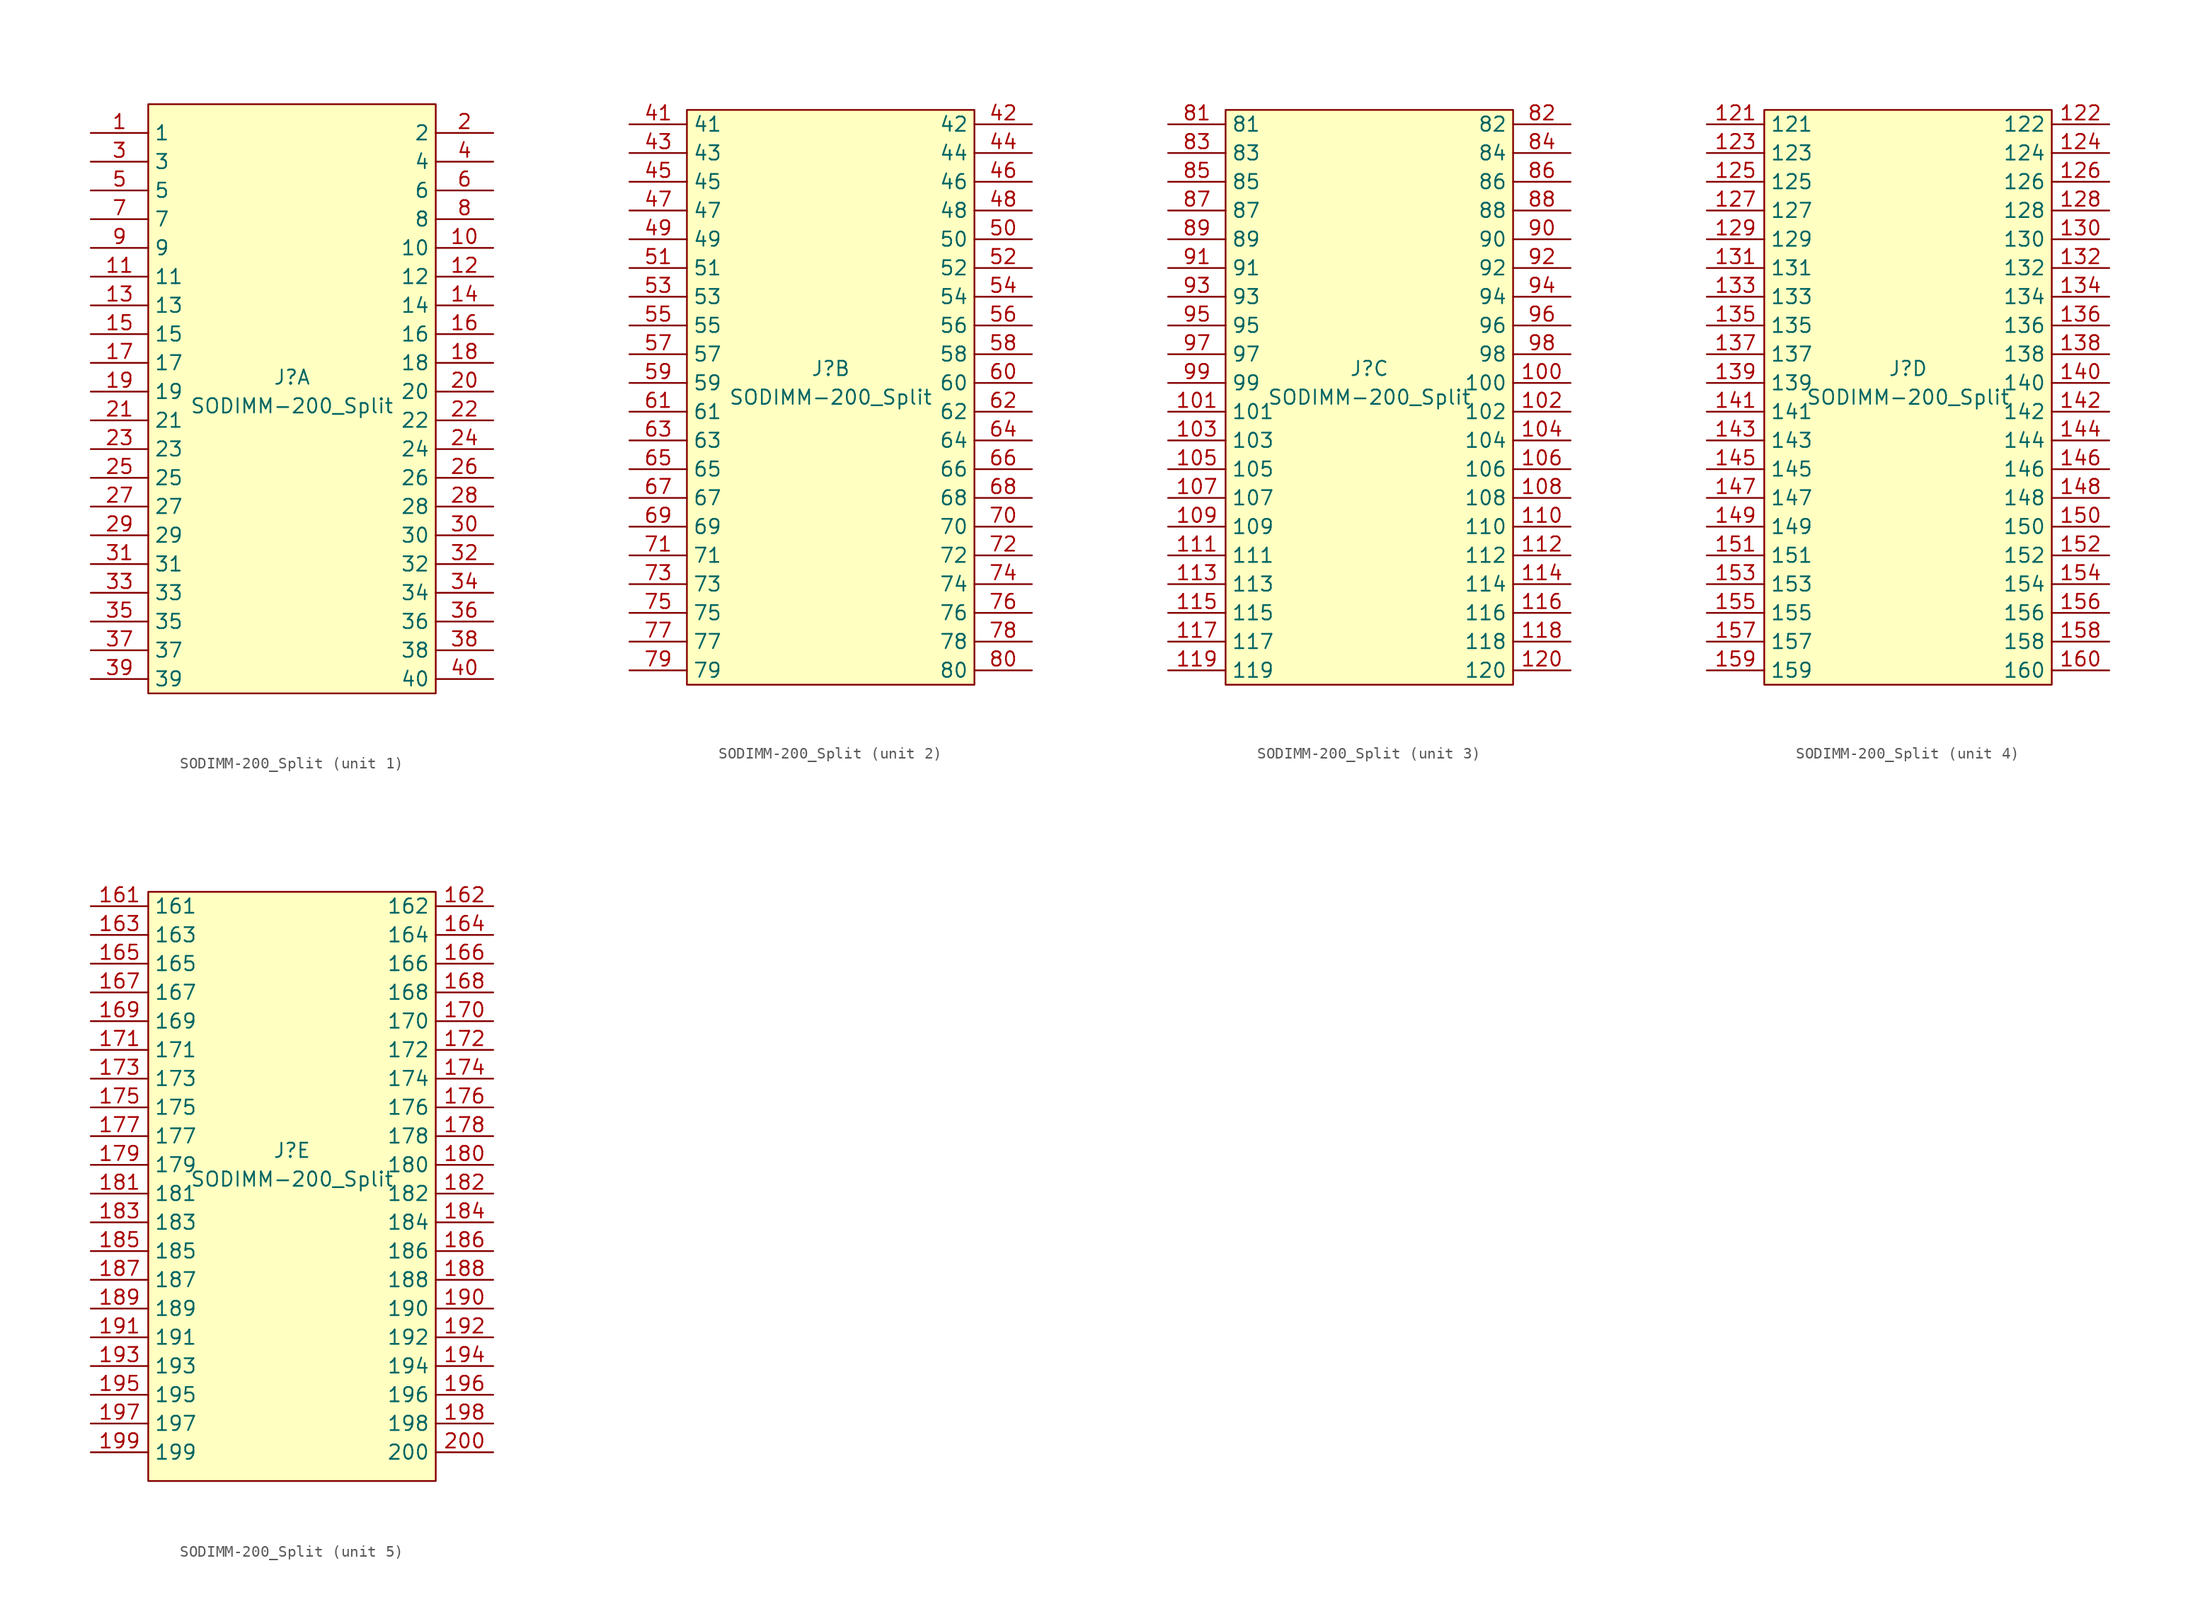
<source format=kicad_sym>
(kicad_symbol_lib
  (version 20220914)
  (generator kicad_symbol_editor)
  (symbol "SODIMM-200_Split"
    (property "Reference" "J"
      (at 0 1.27 0)
      (effects (font (size 1.27 1.27))))
    (property "Value" "SODIMM-200_Split"
      (at 0 -1.27 0)
      (effects (font (size 1.27 1.27))))
    (property "ki_locked" ""
      (at 0 0 0)
      (effects (font (size 1.27 1.27))))
    (symbol "SODIMM-200_Split_1_1"
      (rectangle (start -12.7 25.4) (end 12.7 -26.67) (stroke (width 0) (type default)) (fill (type background)))
      (pin passive line (at -17.78 22.86 0) (length 5.08) (name "1" (effects (font (size 1.27 1.27)))) (number "1" (effects (font (size 1.27 1.27)))))
      (pin passive line (at 17.78 12.7 180) (length 5.08) (name "10" (effects (font (size 1.27 1.27)))) (number "10" (effects (font (size 1.27 1.27)))))
      (pin passive line (at -17.78 10.16 0) (length 5.08) (name "11" (effects (font (size 1.27 1.27)))) (number "11" (effects (font (size 1.27 1.27)))))
      (pin passive line (at 17.78 10.16 180) (length 5.08) (name "12" (effects (font (size 1.27 1.27)))) (number "12" (effects (font (size 1.27 1.27)))))
      (pin passive line (at -17.78 7.62 0) (length 5.08) (name "13" (effects (font (size 1.27 1.27)))) (number "13" (effects (font (size 1.27 1.27)))))
      (pin passive line (at 17.78 7.62 180) (length 5.08) (name "14" (effects (font (size 1.27 1.27)))) (number "14" (effects (font (size 1.27 1.27)))))
      (pin passive line (at -17.78 5.08 0) (length 5.08) (name "15" (effects (font (size 1.27 1.27)))) (number "15" (effects (font (size 1.27 1.27)))))
      (pin passive line (at 17.78 5.08 180) (length 5.08) (name "16" (effects (font (size 1.27 1.27)))) (number "16" (effects (font (size 1.27 1.27)))))
      (pin passive line (at -17.78 2.54 0) (length 5.08) (name "17" (effects (font (size 1.27 1.27)))) (number "17" (effects (font (size 1.27 1.27)))))
      (pin passive line (at 17.78 2.54 180) (length 5.08) (name "18" (effects (font (size 1.27 1.27)))) (number "18" (effects (font (size 1.27 1.27)))))
      (pin passive line (at -17.78 0 0) (length 5.08) (name "19" (effects (font (size 1.27 1.27)))) (number "19" (effects (font (size 1.27 1.27)))))
      (pin passive line (at 17.78 22.86 180) (length 5.08) (name "2" (effects (font (size 1.27 1.27)))) (number "2" (effects (font (size 1.27 1.27)))))
      (pin passive line (at 17.78 0 180) (length 5.08) (name "20" (effects (font (size 1.27 1.27)))) (number "20" (effects (font (size 1.27 1.27)))))
      (pin passive line (at -17.78 -2.54 0) (length 5.08) (name "21" (effects (font (size 1.27 1.27)))) (number "21" (effects (font (size 1.27 1.27)))))
      (pin passive line (at 17.78 -2.54 180) (length 5.08) (name "22" (effects (font (size 1.27 1.27)))) (number "22" (effects (font (size 1.27 1.27)))))
      (pin passive line (at -17.78 -5.08 0) (length 5.08) (name "23" (effects (font (size 1.27 1.27)))) (number "23" (effects (font (size 1.27 1.27)))))
      (pin passive line (at 17.78 -5.08 180) (length 5.08) (name "24" (effects (font (size 1.27 1.27)))) (number "24" (effects (font (size 1.27 1.27)))))
      (pin passive line (at -17.78 -7.62 0) (length 5.08) (name "25" (effects (font (size 1.27 1.27)))) (number "25" (effects (font (size 1.27 1.27)))))
      (pin passive line (at 17.78 -7.62 180) (length 5.08) (name "26" (effects (font (size 1.27 1.27)))) (number "26" (effects (font (size 1.27 1.27)))))
      (pin passive line (at -17.78 -10.16 0) (length 5.08) (name "27" (effects (font (size 1.27 1.27)))) (number "27" (effects (font (size 1.27 1.27)))))
      (pin passive line (at 17.78 -10.16 180) (length 5.08) (name "28" (effects (font (size 1.27 1.27)))) (number "28" (effects (font (size 1.27 1.27)))))
      (pin passive line (at -17.78 -12.7 0) (length 5.08) (name "29" (effects (font (size 1.27 1.27)))) (number "29" (effects (font (size 1.27 1.27)))))
      (pin passive line (at -17.78 20.32 0) (length 5.08) (name "3" (effects (font (size 1.27 1.27)))) (number "3" (effects (font (size 1.27 1.27)))))
      (pin passive line (at 17.78 -12.7 180) (length 5.08) (name "30" (effects (font (size 1.27 1.27)))) (number "30" (effects (font (size 1.27 1.27)))))
      (pin passive line (at -17.78 -15.24 0) (length 5.08) (name "31" (effects (font (size 1.27 1.27)))) (number "31" (effects (font (size 1.27 1.27)))))
      (pin passive line (at 17.78 -15.24 180) (length 5.08) (name "32" (effects (font (size 1.27 1.27)))) (number "32" (effects (font (size 1.27 1.27)))))
      (pin passive line (at -17.78 -17.78 0) (length 5.08) (name "33" (effects (font (size 1.27 1.27)))) (number "33" (effects (font (size 1.27 1.27)))))
      (pin passive line (at 17.78 -17.78 180) (length 5.08) (name "34" (effects (font (size 1.27 1.27)))) (number "34" (effects (font (size 1.27 1.27)))))
      (pin passive line (at -17.78 -20.32 0) (length 5.08) (name "35" (effects (font (size 1.27 1.27)))) (number "35" (effects (font (size 1.27 1.27)))))
      (pin passive line (at 17.78 -20.32 180) (length 5.08) (name "36" (effects (font (size 1.27 1.27)))) (number "36" (effects (font (size 1.27 1.27)))))
      (pin passive line (at -17.78 -22.86 0) (length 5.08) (name "37" (effects (font (size 1.27 1.27)))) (number "37" (effects (font (size 1.27 1.27)))))
      (pin passive line (at 17.78 -22.86 180) (length 5.08) (name "38" (effects (font (size 1.27 1.27)))) (number "38" (effects (font (size 1.27 1.27)))))
      (pin passive line (at -17.78 -25.4 0) (length 5.08) (name "39" (effects (font (size 1.27 1.27)))) (number "39" (effects (font (size 1.27 1.27)))))
      (pin passive line (at 17.78 20.32 180) (length 5.08) (name "4" (effects (font (size 1.27 1.27)))) (number "4" (effects (font (size 1.27 1.27)))))
      (pin passive line (at 17.78 -25.4 180) (length 5.08) (name "40" (effects (font (size 1.27 1.27)))) (number "40" (effects (font (size 1.27 1.27)))))
      (pin passive line (at -17.78 17.78 0) (length 5.08) (name "5" (effects (font (size 1.27 1.27)))) (number "5" (effects (font (size 1.27 1.27)))))
      (pin passive line (at 17.78 17.78 180) (length 5.08) (name "6" (effects (font (size 1.27 1.27)))) (number "6" (effects (font (size 1.27 1.27)))))
      (pin passive line (at -17.78 15.24 0) (length 5.08) (name "7" (effects (font (size 1.27 1.27)))) (number "7" (effects (font (size 1.27 1.27)))))
      (pin passive line (at 17.78 15.24 180) (length 5.08) (name "8" (effects (font (size 1.27 1.27)))) (number "8" (effects (font (size 1.27 1.27)))))
      (pin passive line (at -17.78 12.7 0) (length 5.08) (name "9" (effects (font (size 1.27 1.27)))) (number "9" (effects (font (size 1.27 1.27))))))
    (symbol "SODIMM-200_Split_2_1"
      (rectangle (start -12.7 -26.67) (end 12.7 24.13) (stroke (width 0) (type default)) (fill (type background)))
      (pin passive line (at -17.78 22.86 0) (length 5.08) (name "41" (effects (font (size 1.27 1.27)))) (number "41" (effects (font (size 1.27 1.27)))))
      (pin passive line (at 17.78 22.86 180) (length 5.08) (name "42" (effects (font (size 1.27 1.27)))) (number "42" (effects (font (size 1.27 1.27)))))
      (pin passive line (at -17.78 20.32 0) (length 5.08) (name "43" (effects (font (size 1.27 1.27)))) (number "43" (effects (font (size 1.27 1.27)))))
      (pin passive line (at 17.78 20.32 180) (length 5.08) (name "44" (effects (font (size 1.27 1.27)))) (number "44" (effects (font (size 1.27 1.27)))))
      (pin passive line (at -17.78 17.78 0) (length 5.08) (name "45" (effects (font (size 1.27 1.27)))) (number "45" (effects (font (size 1.27 1.27)))))
      (pin passive line (at 17.78 17.78 180) (length 5.08) (name "46" (effects (font (size 1.27 1.27)))) (number "46" (effects (font (size 1.27 1.27)))))
      (pin passive line (at -17.78 15.24 0) (length 5.08) (name "47" (effects (font (size 1.27 1.27)))) (number "47" (effects (font (size 1.27 1.27)))))
      (pin passive line (at 17.78 15.24 180) (length 5.08) (name "48" (effects (font (size 1.27 1.27)))) (number "48" (effects (font (size 1.27 1.27)))))
      (pin passive line (at -17.78 12.7 0) (length 5.08) (name "49" (effects (font (size 1.27 1.27)))) (number "49" (effects (font (size 1.27 1.27)))))
      (pin passive line (at 17.78 12.7 180) (length 5.08) (name "50" (effects (font (size 1.27 1.27)))) (number "50" (effects (font (size 1.27 1.27)))))
      (pin passive line (at -17.78 10.16 0) (length 5.08) (name "51" (effects (font (size 1.27 1.27)))) (number "51" (effects (font (size 1.27 1.27)))))
      (pin passive line (at 17.78 10.16 180) (length 5.08) (name "52" (effects (font (size 1.27 1.27)))) (number "52" (effects (font (size 1.27 1.27)))))
      (pin passive line (at -17.78 7.62 0) (length 5.08) (name "53" (effects (font (size 1.27 1.27)))) (number "53" (effects (font (size 1.27 1.27)))))
      (pin passive line (at 17.78 7.62 180) (length 5.08) (name "54" (effects (font (size 1.27 1.27)))) (number "54" (effects (font (size 1.27 1.27)))))
      (pin passive line (at -17.78 5.08 0) (length 5.08) (name "55" (effects (font (size 1.27 1.27)))) (number "55" (effects (font (size 1.27 1.27)))))
      (pin passive line (at 17.78 5.08 180) (length 5.08) (name "56" (effects (font (size 1.27 1.27)))) (number "56" (effects (font (size 1.27 1.27)))))
      (pin passive line (at -17.78 2.54 0) (length 5.08) (name "57" (effects (font (size 1.27 1.27)))) (number "57" (effects (font (size 1.27 1.27)))))
      (pin passive line (at 17.78 2.54 180) (length 5.08) (name "58" (effects (font (size 1.27 1.27)))) (number "58" (effects (font (size 1.27 1.27)))))
      (pin passive line (at -17.78 0 0) (length 5.08) (name "59" (effects (font (size 1.27 1.27)))) (number "59" (effects (font (size 1.27 1.27)))))
      (pin passive line (at 17.78 0 180) (length 5.08) (name "60" (effects (font (size 1.27 1.27)))) (number "60" (effects (font (size 1.27 1.27)))))
      (pin passive line (at -17.78 -2.54 0) (length 5.08) (name "61" (effects (font (size 1.27 1.27)))) (number "61" (effects (font (size 1.27 1.27)))))
      (pin passive line (at 17.78 -2.54 180) (length 5.08) (name "62" (effects (font (size 1.27 1.27)))) (number "62" (effects (font (size 1.27 1.27)))))
      (pin passive line (at -17.78 -5.08 0) (length 5.08) (name "63" (effects (font (size 1.27 1.27)))) (number "63" (effects (font (size 1.27 1.27)))))
      (pin passive line (at 17.78 -5.08 180) (length 5.08) (name "64" (effects (font (size 1.27 1.27)))) (number "64" (effects (font (size 1.27 1.27)))))
      (pin passive line (at -17.78 -7.62 0) (length 5.08) (name "65" (effects (font (size 1.27 1.27)))) (number "65" (effects (font (size 1.27 1.27)))))
      (pin passive line (at 17.78 -7.62 180) (length 5.08) (name "66" (effects (font (size 1.27 1.27)))) (number "66" (effects (font (size 1.27 1.27)))))
      (pin passive line (at -17.78 -10.16 0) (length 5.08) (name "67" (effects (font (size 1.27 1.27)))) (number "67" (effects (font (size 1.27 1.27)))))
      (pin passive line (at 17.78 -10.16 180) (length 5.08) (name "68" (effects (font (size 1.27 1.27)))) (number "68" (effects (font (size 1.27 1.27)))))
      (pin passive line (at -17.78 -12.7 0) (length 5.08) (name "69" (effects (font (size 1.27 1.27)))) (number "69" (effects (font (size 1.27 1.27)))))
      (pin passive line (at 17.78 -12.7 180) (length 5.08) (name "70" (effects (font (size 1.27 1.27)))) (number "70" (effects (font (size 1.27 1.27)))))
      (pin passive line (at -17.78 -15.24 0) (length 5.08) (name "71" (effects (font (size 1.27 1.27)))) (number "71" (effects (font (size 1.27 1.27)))))
      (pin passive line (at 17.78 -15.24 180) (length 5.08) (name "72" (effects (font (size 1.27 1.27)))) (number "72" (effects (font (size 1.27 1.27)))))
      (pin passive line (at -17.78 -17.78 0) (length 5.08) (name "73" (effects (font (size 1.27 1.27)))) (number "73" (effects (font (size 1.27 1.27)))))
      (pin passive line (at 17.78 -17.78 180) (length 5.08) (name "74" (effects (font (size 1.27 1.27)))) (number "74" (effects (font (size 1.27 1.27)))))
      (pin passive line (at -17.78 -20.32 0) (length 5.08) (name "75" (effects (font (size 1.27 1.27)))) (number "75" (effects (font (size 1.27 1.27)))))
      (pin passive line (at 17.78 -20.32 180) (length 5.08) (name "76" (effects (font (size 1.27 1.27)))) (number "76" (effects (font (size 1.27 1.27)))))
      (pin passive line (at -17.78 -22.86 0) (length 5.08) (name "77" (effects (font (size 1.27 1.27)))) (number "77" (effects (font (size 1.27 1.27)))))
      (pin passive line (at 17.78 -22.86 180) (length 5.08) (name "78" (effects (font (size 1.27 1.27)))) (number "78" (effects (font (size 1.27 1.27)))))
      (pin passive line (at -17.78 -25.4 0) (length 5.08) (name "79" (effects (font (size 1.27 1.27)))) (number "79" (effects (font (size 1.27 1.27)))))
      (pin passive line (at 17.78 -25.4 180) (length 5.08) (name "80" (effects (font (size 1.27 1.27)))) (number "80" (effects (font (size 1.27 1.27))))))
    (symbol "SODIMM-200_Split_3_1"
      (rectangle (start -12.7 24.13) (end 12.7 -26.67) (stroke (width 0) (type default)) (fill (type background)))
      (pin passive line (at 17.78 0 180) (length 5.08) (name "100" (effects (font (size 1.27 1.27)))) (number "100" (effects (font (size 1.27 1.27)))))
      (pin passive line (at -17.78 -2.54 0) (length 5.08) (name "101" (effects (font (size 1.27 1.27)))) (number "101" (effects (font (size 1.27 1.27)))))
      (pin passive line (at 17.78 -2.54 180) (length 5.08) (name "102" (effects (font (size 1.27 1.27)))) (number "102" (effects (font (size 1.27 1.27)))))
      (pin passive line (at -17.78 -5.08 0) (length 5.08) (name "103" (effects (font (size 1.27 1.27)))) (number "103" (effects (font (size 1.27 1.27)))))
      (pin passive line (at 17.78 -5.08 180) (length 5.08) (name "104" (effects (font (size 1.27 1.27)))) (number "104" (effects (font (size 1.27 1.27)))))
      (pin passive line (at -17.78 -7.62 0) (length 5.08) (name "105" (effects (font (size 1.27 1.27)))) (number "105" (effects (font (size 1.27 1.27)))))
      (pin passive line (at 17.78 -7.62 180) (length 5.08) (name "106" (effects (font (size 1.27 1.27)))) (number "106" (effects (font (size 1.27 1.27)))))
      (pin passive line (at -17.78 -10.16 0) (length 5.08) (name "107" (effects (font (size 1.27 1.27)))) (number "107" (effects (font (size 1.27 1.27)))))
      (pin passive line (at 17.78 -10.16 180) (length 5.08) (name "108" (effects (font (size 1.27 1.27)))) (number "108" (effects (font (size 1.27 1.27)))))
      (pin passive line (at -17.78 -12.7 0) (length 5.08) (name "109" (effects (font (size 1.27 1.27)))) (number "109" (effects (font (size 1.27 1.27)))))
      (pin passive line (at 17.78 -12.7 180) (length 5.08) (name "110" (effects (font (size 1.27 1.27)))) (number "110" (effects (font (size 1.27 1.27)))))
      (pin passive line (at -17.78 -15.24 0) (length 5.08) (name "111" (effects (font (size 1.27 1.27)))) (number "111" (effects (font (size 1.27 1.27)))))
      (pin passive line (at 17.78 -15.24 180) (length 5.08) (name "112" (effects (font (size 1.27 1.27)))) (number "112" (effects (font (size 1.27 1.27)))))
      (pin passive line (at -17.78 -17.78 0) (length 5.08) (name "113" (effects (font (size 1.27 1.27)))) (number "113" (effects (font (size 1.27 1.27)))))
      (pin passive line (at 17.78 -17.78 180) (length 5.08) (name "114" (effects (font (size 1.27 1.27)))) (number "114" (effects (font (size 1.27 1.27)))))
      (pin passive line (at -17.78 -20.32 0) (length 5.08) (name "115" (effects (font (size 1.27 1.27)))) (number "115" (effects (font (size 1.27 1.27)))))
      (pin passive line (at 17.78 -20.32 180) (length 5.08) (name "116" (effects (font (size 1.27 1.27)))) (number "116" (effects (font (size 1.27 1.27)))))
      (pin passive line (at -17.78 -22.86 0) (length 5.08) (name "117" (effects (font (size 1.27 1.27)))) (number "117" (effects (font (size 1.27 1.27)))))
      (pin passive line (at 17.78 -22.86 180) (length 5.08) (name "118" (effects (font (size 1.27 1.27)))) (number "118" (effects (font (size 1.27 1.27)))))
      (pin passive line (at -17.78 -25.4 0) (length 5.08) (name "119" (effects (font (size 1.27 1.27)))) (number "119" (effects (font (size 1.27 1.27)))))
      (pin passive line (at 17.78 -25.4 180) (length 5.08) (name "120" (effects (font (size 1.27 1.27)))) (number "120" (effects (font (size 1.27 1.27)))))
      (pin passive line (at -17.78 22.86 0) (length 5.08) (name "81" (effects (font (size 1.27 1.27)))) (number "81" (effects (font (size 1.27 1.27)))))
      (pin passive line (at 17.78 22.86 180) (length 5.08) (name "82" (effects (font (size 1.27 1.27)))) (number "82" (effects (font (size 1.27 1.27)))))
      (pin passive line (at -17.78 20.32 0) (length 5.08) (name "83" (effects (font (size 1.27 1.27)))) (number "83" (effects (font (size 1.27 1.27)))))
      (pin passive line (at 17.78 20.32 180) (length 5.08) (name "84" (effects (font (size 1.27 1.27)))) (number "84" (effects (font (size 1.27 1.27)))))
      (pin passive line (at -17.78 17.78 0) (length 5.08) (name "85" (effects (font (size 1.27 1.27)))) (number "85" (effects (font (size 1.27 1.27)))))
      (pin passive line (at 17.78 17.78 180) (length 5.08) (name "86" (effects (font (size 1.27 1.27)))) (number "86" (effects (font (size 1.27 1.27)))))
      (pin passive line (at -17.78 15.24 0) (length 5.08) (name "87" (effects (font (size 1.27 1.27)))) (number "87" (effects (font (size 1.27 1.27)))))
      (pin passive line (at 17.78 15.24 180) (length 5.08) (name "88" (effects (font (size 1.27 1.27)))) (number "88" (effects (font (size 1.27 1.27)))))
      (pin passive line (at -17.78 12.7 0) (length 5.08) (name "89" (effects (font (size 1.27 1.27)))) (number "89" (effects (font (size 1.27 1.27)))))
      (pin passive line (at 17.78 12.7 180) (length 5.08) (name "90" (effects (font (size 1.27 1.27)))) (number "90" (effects (font (size 1.27 1.27)))))
      (pin passive line (at -17.78 10.16 0) (length 5.08) (name "91" (effects (font (size 1.27 1.27)))) (number "91" (effects (font (size 1.27 1.27)))))
      (pin passive line (at 17.78 10.16 180) (length 5.08) (name "92" (effects (font (size 1.27 1.27)))) (number "92" (effects (font (size 1.27 1.27)))))
      (pin passive line (at -17.78 7.62 0) (length 5.08) (name "93" (effects (font (size 1.27 1.27)))) (number "93" (effects (font (size 1.27 1.27)))))
      (pin passive line (at 17.78 7.62 180) (length 5.08) (name "94" (effects (font (size 1.27 1.27)))) (number "94" (effects (font (size 1.27 1.27)))))
      (pin passive line (at -17.78 5.08 0) (length 5.08) (name "95" (effects (font (size 1.27 1.27)))) (number "95" (effects (font (size 1.27 1.27)))))
      (pin passive line (at 17.78 5.08 180) (length 5.08) (name "96" (effects (font (size 1.27 1.27)))) (number "96" (effects (font (size 1.27 1.27)))))
      (pin passive line (at -17.78 2.54 0) (length 5.08) (name "97" (effects (font (size 1.27 1.27)))) (number "97" (effects (font (size 1.27 1.27)))))
      (pin passive line (at 17.78 2.54 180) (length 5.08) (name "98" (effects (font (size 1.27 1.27)))) (number "98" (effects (font (size 1.27 1.27)))))
      (pin passive line (at -17.78 0 0) (length 5.08) (name "99" (effects (font (size 1.27 1.27)))) (number "99" (effects (font (size 1.27 1.27))))))
    (symbol "SODIMM-200_Split_4_1"
      (rectangle (start -12.7 24.13) (end 12.7 -26.67) (stroke (width 0) (type default)) (fill (type background)))
      (pin passive line (at -17.78 22.86 0) (length 5.08) (name "121" (effects (font (size 1.27 1.27)))) (number "121" (effects (font (size 1.27 1.27)))))
      (pin passive line (at 17.78 22.86 180) (length 5.08) (name "122" (effects (font (size 1.27 1.27)))) (number "122" (effects (font (size 1.27 1.27)))))
      (pin passive line (at -17.78 20.32 0) (length 5.08) (name "123" (effects (font (size 1.27 1.27)))) (number "123" (effects (font (size 1.27 1.27)))))
      (pin passive line (at 17.78 20.32 180) (length 5.08) (name "124" (effects (font (size 1.27 1.27)))) (number "124" (effects (font (size 1.27 1.27)))))
      (pin passive line (at -17.78 17.78 0) (length 5.08) (name "125" (effects (font (size 1.27 1.27)))) (number "125" (effects (font (size 1.27 1.27)))))
      (pin passive line (at 17.78 17.78 180) (length 5.08) (name "126" (effects (font (size 1.27 1.27)))) (number "126" (effects (font (size 1.27 1.27)))))
      (pin passive line (at -17.78 15.24 0) (length 5.08) (name "127" (effects (font (size 1.27 1.27)))) (number "127" (effects (font (size 1.27 1.27)))))
      (pin passive line (at 17.78 15.24 180) (length 5.08) (name "128" (effects (font (size 1.27 1.27)))) (number "128" (effects (font (size 1.27 1.27)))))
      (pin passive line (at -17.78 12.7 0) (length 5.08) (name "129" (effects (font (size 1.27 1.27)))) (number "129" (effects (font (size 1.27 1.27)))))
      (pin passive line (at 17.78 12.7 180) (length 5.08) (name "130" (effects (font (size 1.27 1.27)))) (number "130" (effects (font (size 1.27 1.27)))))
      (pin passive line (at -17.78 10.16 0) (length 5.08) (name "131" (effects (font (size 1.27 1.27)))) (number "131" (effects (font (size 1.27 1.27)))))
      (pin passive line (at 17.78 10.16 180) (length 5.08) (name "132" (effects (font (size 1.27 1.27)))) (number "132" (effects (font (size 1.27 1.27)))))
      (pin passive line (at -17.78 7.62 0) (length 5.08) (name "133" (effects (font (size 1.27 1.27)))) (number "133" (effects (font (size 1.27 1.27)))))
      (pin passive line (at 17.78 7.62 180) (length 5.08) (name "134" (effects (font (size 1.27 1.27)))) (number "134" (effects (font (size 1.27 1.27)))))
      (pin passive line (at -17.78 5.08 0) (length 5.08) (name "135" (effects (font (size 1.27 1.27)))) (number "135" (effects (font (size 1.27 1.27)))))
      (pin passive line (at 17.78 5.08 180) (length 5.08) (name "136" (effects (font (size 1.27 1.27)))) (number "136" (effects (font (size 1.27 1.27)))))
      (pin passive line (at -17.78 2.54 0) (length 5.08) (name "137" (effects (font (size 1.27 1.27)))) (number "137" (effects (font (size 1.27 1.27)))))
      (pin passive line (at 17.78 2.54 180) (length 5.08) (name "138" (effects (font (size 1.27 1.27)))) (number "138" (effects (font (size 1.27 1.27)))))
      (pin passive line (at -17.78 0 0) (length 5.08) (name "139" (effects (font (size 1.27 1.27)))) (number "139" (effects (font (size 1.27 1.27)))))
      (pin passive line (at 17.78 0 180) (length 5.08) (name "140" (effects (font (size 1.27 1.27)))) (number "140" (effects (font (size 1.27 1.27)))))
      (pin passive line (at -17.78 -2.54 0) (length 5.08) (name "141" (effects (font (size 1.27 1.27)))) (number "141" (effects (font (size 1.27 1.27)))))
      (pin passive line (at 17.78 -2.54 180) (length 5.08) (name "142" (effects (font (size 1.27 1.27)))) (number "142" (effects (font (size 1.27 1.27)))))
      (pin passive line (at -17.78 -5.08 0) (length 5.08) (name "143" (effects (font (size 1.27 1.27)))) (number "143" (effects (font (size 1.27 1.27)))))
      (pin passive line (at 17.78 -5.08 180) (length 5.08) (name "144" (effects (font (size 1.27 1.27)))) (number "144" (effects (font (size 1.27 1.27)))))
      (pin passive line (at -17.78 -7.62 0) (length 5.08) (name "145" (effects (font (size 1.27 1.27)))) (number "145" (effects (font (size 1.27 1.27)))))
      (pin passive line (at 17.78 -7.62 180) (length 5.08) (name "146" (effects (font (size 1.27 1.27)))) (number "146" (effects (font (size 1.27 1.27)))))
      (pin passive line (at -17.78 -10.16 0) (length 5.08) (name "147" (effects (font (size 1.27 1.27)))) (number "147" (effects (font (size 1.27 1.27)))))
      (pin passive line (at 17.78 -10.16 180) (length 5.08) (name "148" (effects (font (size 1.27 1.27)))) (number "148" (effects (font (size 1.27 1.27)))))
      (pin passive line (at -17.78 -12.7 0) (length 5.08) (name "149" (effects (font (size 1.27 1.27)))) (number "149" (effects (font (size 1.27 1.27)))))
      (pin passive line (at 17.78 -12.7 180) (length 5.08) (name "150" (effects (font (size 1.27 1.27)))) (number "150" (effects (font (size 1.27 1.27)))))
      (pin passive line (at -17.78 -15.24 0) (length 5.08) (name "151" (effects (font (size 1.27 1.27)))) (number "151" (effects (font (size 1.27 1.27)))))
      (pin passive line (at 17.78 -15.24 180) (length 5.08) (name "152" (effects (font (size 1.27 1.27)))) (number "152" (effects (font (size 1.27 1.27)))))
      (pin passive line (at -17.78 -17.78 0) (length 5.08) (name "153" (effects (font (size 1.27 1.27)))) (number "153" (effects (font (size 1.27 1.27)))))
      (pin passive line (at 17.78 -17.78 180) (length 5.08) (name "154" (effects (font (size 1.27 1.27)))) (number "154" (effects (font (size 1.27 1.27)))))
      (pin passive line (at -17.78 -20.32 0) (length 5.08) (name "155" (effects (font (size 1.27 1.27)))) (number "155" (effects (font (size 1.27 1.27)))))
      (pin passive line (at 17.78 -20.32 180) (length 5.08) (name "156" (effects (font (size 1.27 1.27)))) (number "156" (effects (font (size 1.27 1.27)))))
      (pin passive line (at -17.78 -22.86 0) (length 5.08) (name "157" (effects (font (size 1.27 1.27)))) (number "157" (effects (font (size 1.27 1.27)))))
      (pin passive line (at 17.78 -22.86 180) (length 5.08) (name "158" (effects (font (size 1.27 1.27)))) (number "158" (effects (font (size 1.27 1.27)))))
      (pin passive line (at -17.78 -25.4 0) (length 5.08) (name "159" (effects (font (size 1.27 1.27)))) (number "159" (effects (font (size 1.27 1.27)))))
      (pin passive line (at 17.78 -25.4 180) (length 5.08) (name "160" (effects (font (size 1.27 1.27)))) (number "160" (effects (font (size 1.27 1.27))))))
    (symbol "SODIMM-200_Split_5_1"
      (rectangle (start -12.7 24.13) (end 12.7 -27.94) (stroke (width 0) (type default)) (fill (type background)))
      (pin passive line (at -17.78 22.86 0) (length 5.08) (name "161" (effects (font (size 1.27 1.27)))) (number "161" (effects (font (size 1.27 1.27)))))
      (pin passive line (at 17.78 22.86 180) (length 5.08) (name "162" (effects (font (size 1.27 1.27)))) (number "162" (effects (font (size 1.27 1.27)))))
      (pin passive line (at -17.78 20.32 0) (length 5.08) (name "163" (effects (font (size 1.27 1.27)))) (number "163" (effects (font (size 1.27 1.27)))))
      (pin passive line (at 17.78 20.32 180) (length 5.08) (name "164" (effects (font (size 1.27 1.27)))) (number "164" (effects (font (size 1.27 1.27)))))
      (pin passive line (at -17.78 17.78 0) (length 5.08) (name "165" (effects (font (size 1.27 1.27)))) (number "165" (effects (font (size 1.27 1.27)))))
      (pin passive line (at 17.78 17.78 180) (length 5.08) (name "166" (effects (font (size 1.27 1.27)))) (number "166" (effects (font (size 1.27 1.27)))))
      (pin passive line (at -17.78 15.24 0) (length 5.08) (name "167" (effects (font (size 1.27 1.27)))) (number "167" (effects (font (size 1.27 1.27)))))
      (pin passive line (at 17.78 15.24 180) (length 5.08) (name "168" (effects (font (size 1.27 1.27)))) (number "168" (effects (font (size 1.27 1.27)))))
      (pin passive line (at -17.78 12.7 0) (length 5.08) (name "169" (effects (font (size 1.27 1.27)))) (number "169" (effects (font (size 1.27 1.27)))))
      (pin passive line (at 17.78 12.7 180) (length 5.08) (name "170" (effects (font (size 1.27 1.27)))) (number "170" (effects (font (size 1.27 1.27)))))
      (pin passive line (at -17.78 10.16 0) (length 5.08) (name "171" (effects (font (size 1.27 1.27)))) (number "171" (effects (font (size 1.27 1.27)))))
      (pin passive line (at 17.78 10.16 180) (length 5.08) (name "172" (effects (font (size 1.27 1.27)))) (number "172" (effects (font (size 1.27 1.27)))))
      (pin passive line (at -17.78 7.62 0) (length 5.08) (name "173" (effects (font (size 1.27 1.27)))) (number "173" (effects (font (size 1.27 1.27)))))
      (pin passive line (at 17.78 7.62 180) (length 5.08) (name "174" (effects (font (size 1.27 1.27)))) (number "174" (effects (font (size 1.27 1.27)))))
      (pin passive line (at -17.78 5.08 0) (length 5.08) (name "175" (effects (font (size 1.27 1.27)))) (number "175" (effects (font (size 1.27 1.27)))))
      (pin passive line (at 17.78 5.08 180) (length 5.08) (name "176" (effects (font (size 1.27 1.27)))) (number "176" (effects (font (size 1.27 1.27)))))
      (pin passive line (at -17.78 2.54 0) (length 5.08) (name "177" (effects (font (size 1.27 1.27)))) (number "177" (effects (font (size 1.27 1.27)))))
      (pin passive line (at 17.78 2.54 180) (length 5.08) (name "178" (effects (font (size 1.27 1.27)))) (number "178" (effects (font (size 1.27 1.27)))))
      (pin passive line (at -17.78 0 0) (length 5.08) (name "179" (effects (font (size 1.27 1.27)))) (number "179" (effects (font (size 1.27 1.27)))))
      (pin passive line (at 17.78 0 180) (length 5.08) (name "180" (effects (font (size 1.27 1.27)))) (number "180" (effects (font (size 1.27 1.27)))))
      (pin passive line (at -17.78 -2.54 0) (length 5.08) (name "181" (effects (font (size 1.27 1.27)))) (number "181" (effects (font (size 1.27 1.27)))))
      (pin passive line (at 17.78 -2.54 180) (length 5.08) (name "182" (effects (font (size 1.27 1.27)))) (number "182" (effects (font (size 1.27 1.27)))))
      (pin passive line (at -17.78 -5.08 0) (length 5.08) (name "183" (effects (font (size 1.27 1.27)))) (number "183" (effects (font (size 1.27 1.27)))))
      (pin passive line (at 17.78 -5.08 180) (length 5.08) (name "184" (effects (font (size 1.27 1.27)))) (number "184" (effects (font (size 1.27 1.27)))))
      (pin passive line (at -17.78 -7.62 0) (length 5.08) (name "185" (effects (font (size 1.27 1.27)))) (number "185" (effects (font (size 1.27 1.27)))))
      (pin passive line (at 17.78 -7.62 180) (length 5.08) (name "186" (effects (font (size 1.27 1.27)))) (number "186" (effects (font (size 1.27 1.27)))))
      (pin passive line (at -17.78 -10.16 0) (length 5.08) (name "187" (effects (font (size 1.27 1.27)))) (number "187" (effects (font (size 1.27 1.27)))))
      (pin passive line (at 17.78 -10.16 180) (length 5.08) (name "188" (effects (font (size 1.27 1.27)))) (number "188" (effects (font (size 1.27 1.27)))))
      (pin passive line (at -17.78 -12.7 0) (length 5.08) (name "189" (effects (font (size 1.27 1.27)))) (number "189" (effects (font (size 1.27 1.27)))))
      (pin passive line (at 17.78 -12.7 180) (length 5.08) (name "190" (effects (font (size 1.27 1.27)))) (number "190" (effects (font (size 1.27 1.27)))))
      (pin passive line (at -17.78 -15.24 0) (length 5.08) (name "191" (effects (font (size 1.27 1.27)))) (number "191" (effects (font (size 1.27 1.27)))))
      (pin passive line (at 17.78 -15.24 180) (length 5.08) (name "192" (effects (font (size 1.27 1.27)))) (number "192" (effects (font (size 1.27 1.27)))))
      (pin passive line (at -17.78 -17.78 0) (length 5.08) (name "193" (effects (font (size 1.27 1.27)))) (number "193" (effects (font (size 1.27 1.27)))))
      (pin passive line (at 17.78 -17.78 180) (length 5.08) (name "194" (effects (font (size 1.27 1.27)))) (number "194" (effects (font (size 1.27 1.27)))))
      (pin passive line (at -17.78 -20.32 0) (length 5.08) (name "195" (effects (font (size 1.27 1.27)))) (number "195" (effects (font (size 1.27 1.27)))))
      (pin passive line (at 17.78 -20.32 180) (length 5.08) (name "196" (effects (font (size 1.27 1.27)))) (number "196" (effects (font (size 1.27 1.27)))))
      (pin passive line (at -17.78 -22.86 0) (length 5.08) (name "197" (effects (font (size 1.27 1.27)))) (number "197" (effects (font (size 1.27 1.27)))))
      (pin passive line (at 17.78 -22.86 180) (length 5.08) (name "198" (effects (font (size 1.27 1.27)))) (number "198" (effects (font (size 1.27 1.27)))))
      (pin passive line (at -17.78 -25.4 0) (length 5.08) (name "199" (effects (font (size 1.27 1.27)))) (number "199" (effects (font (size 1.27 1.27)))))
      (pin passive line (at 17.78 -25.4 180) (length 5.08) (name "200" (effects (font (size 1.27 1.27)))) (number "200" (effects (font (size 1.27 1.27))))))))
</source>
